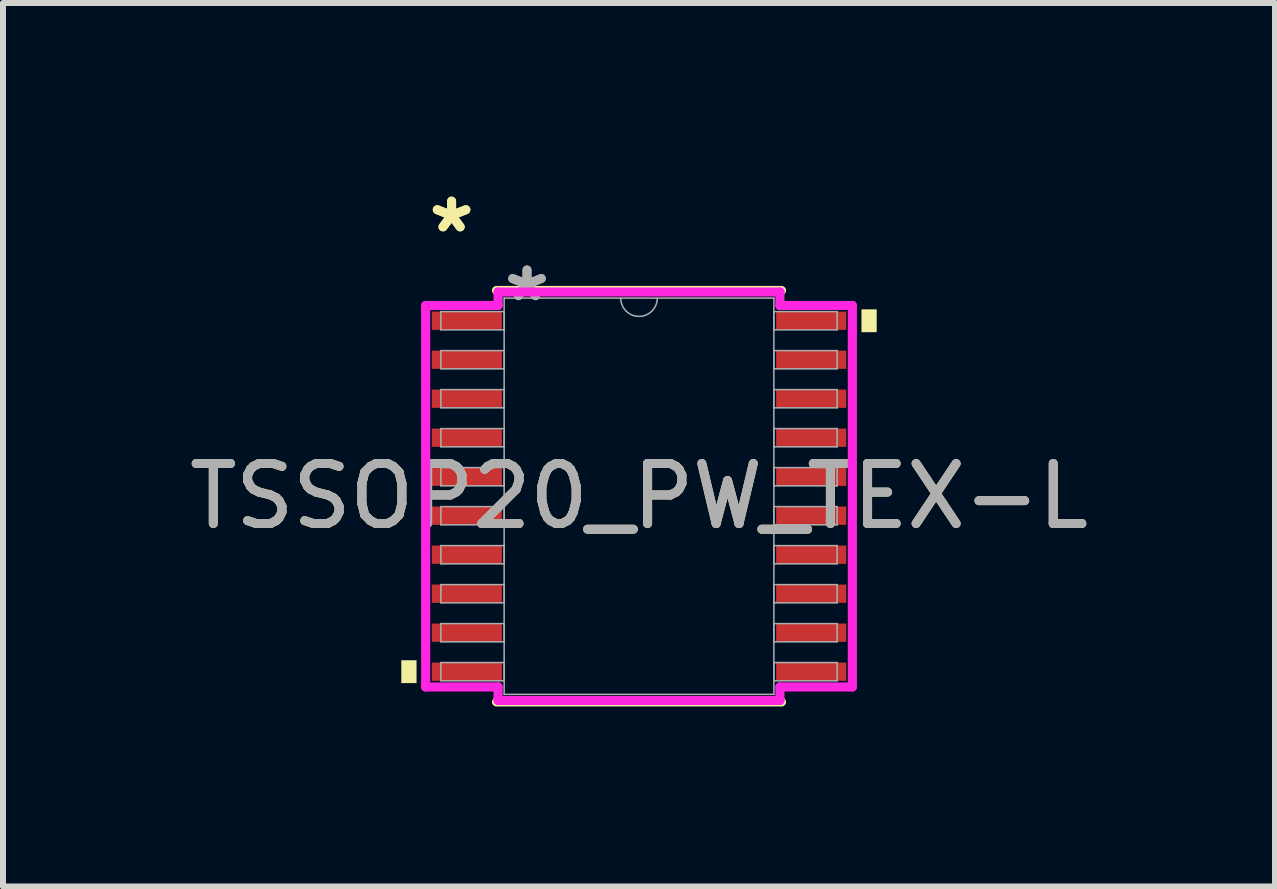
<source format=kicad_pcb>
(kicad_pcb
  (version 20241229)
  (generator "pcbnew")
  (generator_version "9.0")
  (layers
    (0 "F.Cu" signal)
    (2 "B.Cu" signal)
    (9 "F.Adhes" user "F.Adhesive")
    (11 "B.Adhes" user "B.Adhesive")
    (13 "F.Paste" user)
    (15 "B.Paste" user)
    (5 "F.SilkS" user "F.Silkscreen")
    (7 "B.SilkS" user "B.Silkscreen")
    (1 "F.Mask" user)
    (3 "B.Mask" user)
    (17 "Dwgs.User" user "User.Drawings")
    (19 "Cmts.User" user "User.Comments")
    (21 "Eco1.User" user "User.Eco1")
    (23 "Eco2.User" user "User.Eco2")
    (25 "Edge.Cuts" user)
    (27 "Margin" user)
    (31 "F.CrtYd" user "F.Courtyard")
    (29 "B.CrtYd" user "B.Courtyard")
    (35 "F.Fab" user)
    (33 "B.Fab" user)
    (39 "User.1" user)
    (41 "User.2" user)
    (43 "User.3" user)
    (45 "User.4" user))
  (footprint "TSSOP20_PW_TEX-L"
    (layer "F.Cu")
    (at 7.601 5.221)
    (property "Reference" "TSSOP20_PW_TEX-L" (at 0 0 0) (unlocked yes) (layer "F.SilkS") (effects (font (size 1 1) (thickness 0.15))))
    (attr smd)
    (fp_line (start -2.375 3.429) (end 2.375 3.429) (stroke (width 0.152) (type solid)) (layer "F.SilkS"))
    (fp_line (start 2.375 -3.429) (end -2.375 -3.429) (stroke (width 0.152) (type solid)) (layer "F.SilkS"))
    (fp_poly (pts (xy -3.962 2.734) (xy -3.962 3.115) (xy -3.708 3.115) (xy -3.708 2.734)) (stroke (width 0) (type solid)) (fill yes) (layer "F.SilkS"))
    (fp_poly (pts (xy 3.962 -3.115) (xy 3.962 -2.734) (xy 3.708 -2.734) (xy 3.708 -3.115)) (stroke (width 0) (type solid)) (fill yes) (layer "F.SilkS"))
    (fp_line (start -3.556 -3.179) (end -2.349 -3.179) (stroke (width 0.152) (type solid)) (layer "F.CrtYd"))
    (fp_line (start -3.556 3.179) (end -3.556 -3.179) (stroke (width 0.152) (type solid)) (layer "F.CrtYd"))
    (fp_line (start -3.556 3.179) (end -2.349 3.179) (stroke (width 0.152) (type solid)) (layer "F.CrtYd"))
    (fp_line (start -2.349 -3.404) (end 2.349 -3.404) (stroke (width 0.152) (type solid)) (layer "F.CrtYd"))
    (fp_line (start -2.349 -3.179) (end -2.349 -3.404) (stroke (width 0.152) (type solid)) (layer "F.CrtYd"))
    (fp_line (start -2.349 3.404) (end -2.349 3.179) (stroke (width 0.152) (type solid)) (layer "F.CrtYd"))
    (fp_line (start 2.349 -3.404) (end 2.349 -3.179) (stroke (width 0.152) (type solid)) (layer "F.CrtYd"))
    (fp_line (start 2.349 3.179) (end 2.349 3.404) (stroke (width 0.152) (type solid)) (layer "F.CrtYd"))
    (fp_line (start 2.349 3.404) (end -2.349 3.404) (stroke (width 0.152) (type solid)) (layer "F.CrtYd"))
    (fp_line (start 3.556 -3.179) (end 2.349 -3.179) (stroke (width 0.152) (type solid)) (layer "F.CrtYd"))
    (fp_line (start 3.556 -3.179) (end 3.556 3.179) (stroke (width 0.152) (type solid)) (layer "F.CrtYd"))
    (fp_line (start 3.556 3.179) (end 2.349 3.179) (stroke (width 0.152) (type solid)) (layer "F.CrtYd"))
    (fp_line (start -3.302 -3.077) (end -3.302 -2.773) (stroke (width 0.025) (type solid)) (layer "F.Fab"))
    (fp_line (start -3.302 -2.773) (end -2.248 -2.773) (stroke (width 0.025) (type solid)) (layer "F.Fab"))
    (fp_line (start -3.302 -2.427) (end -3.302 -2.123) (stroke (width 0.025) (type solid)) (layer "F.Fab"))
    (fp_line (start -3.302 -2.123) (end -2.248 -2.123) (stroke (width 0.025) (type solid)) (layer "F.Fab"))
    (fp_line (start -3.302 -1.777) (end -3.302 -1.473) (stroke (width 0.025) (type solid)) (layer "F.Fab"))
    (fp_line (start -3.302 -1.473) (end -2.248 -1.473) (stroke (width 0.025) (type solid)) (layer "F.Fab"))
    (fp_line (start -3.302 -1.127) (end -3.302 -0.823) (stroke (width 0.025) (type solid)) (layer "F.Fab"))
    (fp_line (start -3.302 -0.823) (end -2.248 -0.823) (stroke (width 0.025) (type solid)) (layer "F.Fab"))
    (fp_line (start -3.302 -0.477) (end -3.302 -0.173) (stroke (width 0.025) (type solid)) (layer "F.Fab"))
    (fp_line (start -3.302 -0.173) (end -2.248 -0.173) (stroke (width 0.025) (type solid)) (layer "F.Fab"))
    (fp_line (start -3.302 0.173) (end -3.302 0.477) (stroke (width 0.025) (type solid)) (layer "F.Fab"))
    (fp_line (start -3.302 0.477) (end -2.248 0.477) (stroke (width 0.025) (type solid)) (layer "F.Fab"))
    (fp_line (start -3.302 0.823) (end -3.302 1.127) (stroke (width 0.025) (type solid)) (layer "F.Fab"))
    (fp_line (start -3.302 1.127) (end -2.248 1.127) (stroke (width 0.025) (type solid)) (layer "F.Fab"))
    (fp_line (start -3.302 1.473) (end -3.302 1.777) (stroke (width 0.025) (type solid)) (layer "F.Fab"))
    (fp_line (start -3.302 1.777) (end -2.248 1.777) (stroke (width 0.025) (type solid)) (layer "F.Fab"))
    (fp_line (start -3.302 2.123) (end -3.302 2.427) (stroke (width 0.025) (type solid)) (layer "F.Fab"))
    (fp_line (start -3.302 2.427) (end -2.248 2.427) (stroke (width 0.025) (type solid)) (layer "F.Fab"))
    (fp_line (start -3.302 2.773) (end -3.302 3.077) (stroke (width 0.025) (type solid)) (layer "F.Fab"))
    (fp_line (start -3.302 3.077) (end -2.248 3.077) (stroke (width 0.025) (type solid)) (layer "F.Fab"))
    (fp_line (start -2.248 -3.302) (end -2.248 3.302) (stroke (width 0.025) (type solid)) (layer "F.Fab"))
    (fp_line (start -2.248 -3.077) (end -3.302 -3.077) (stroke (width 0.025) (type solid)) (layer "F.Fab"))
    (fp_line (start -2.248 -2.773) (end -2.248 -3.077) (stroke (width 0.025) (type solid)) (layer "F.Fab"))
    (fp_line (start -2.248 -2.427) (end -3.302 -2.427) (stroke (width 0.025) (type solid)) (layer "F.Fab"))
    (fp_line (start -2.248 -2.123) (end -2.248 -2.427) (stroke (width 0.025) (type solid)) (layer "F.Fab"))
    (fp_line (start -2.248 -1.777) (end -3.302 -1.777) (stroke (width 0.025) (type solid)) (layer "F.Fab"))
    (fp_line (start -2.248 -1.473) (end -2.248 -1.777) (stroke (width 0.025) (type solid)) (layer "F.Fab"))
    (fp_line (start -2.248 -1.127) (end -3.302 -1.127) (stroke (width 0.025) (type solid)) (layer "F.Fab"))
    (fp_line (start -2.248 -0.823) (end -2.248 -1.127) (stroke (width 0.025) (type solid)) (layer "F.Fab"))
    (fp_line (start -2.248 -0.477) (end -3.302 -0.477) (stroke (width 0.025) (type solid)) (layer "F.Fab"))
    (fp_line (start -2.248 -0.173) (end -2.248 -0.477) (stroke (width 0.025) (type solid)) (layer "F.Fab"))
    (fp_line (start -2.248 0.173) (end -3.302 0.173) (stroke (width 0.025) (type solid)) (layer "F.Fab"))
    (fp_line (start -2.248 0.477) (end -2.248 0.173) (stroke (width 0.025) (type solid)) (layer "F.Fab"))
    (fp_line (start -2.248 0.823) (end -3.302 0.823) (stroke (width 0.025) (type solid)) (layer "F.Fab"))
    (fp_line (start -2.248 1.127) (end -2.248 0.823) (stroke (width 0.025) (type solid)) (layer "F.Fab"))
    (fp_line (start -2.248 1.473) (end -3.302 1.473) (stroke (width 0.025) (type solid)) (layer "F.Fab"))
    (fp_line (start -2.248 1.777) (end -2.248 1.473) (stroke (width 0.025) (type solid)) (layer "F.Fab"))
    (fp_line (start -2.248 2.123) (end -3.302 2.123) (stroke (width 0.025) (type solid)) (layer "F.Fab"))
    (fp_line (start -2.248 2.427) (end -2.248 2.123) (stroke (width 0.025) (type solid)) (layer "F.Fab"))
    (fp_line (start -2.248 2.773) (end -3.302 2.773) (stroke (width 0.025) (type solid)) (layer "F.Fab"))
    (fp_line (start -2.248 3.077) (end -2.248 2.773) (stroke (width 0.025) (type solid)) (layer "F.Fab"))
    (fp_line (start -2.248 3.302) (end 2.248 3.302) (stroke (width 0.025) (type solid)) (layer "F.Fab"))
    (fp_line (start 2.248 -3.302) (end -2.248 -3.302) (stroke (width 0.025) (type solid)) (layer "F.Fab"))
    (fp_line (start 2.248 -3.077) (end 2.248 -2.773) (stroke (width 0.025) (type solid)) (layer "F.Fab"))
    (fp_line (start 2.248 -2.773) (end 3.302 -2.773) (stroke (width 0.025) (type solid)) (layer "F.Fab"))
    (fp_line (start 2.248 -2.427) (end 2.248 -2.123) (stroke (width 0.025) (type solid)) (layer "F.Fab"))
    (fp_line (start 2.248 -2.123) (end 3.302 -2.123) (stroke (width 0.025) (type solid)) (layer "F.Fab"))
    (fp_line (start 2.248 -1.777) (end 2.248 -1.473) (stroke (width 0.025) (type solid)) (layer "F.Fab"))
    (fp_line (start 2.248 -1.473) (end 3.302 -1.473) (stroke (width 0.025) (type solid)) (layer "F.Fab"))
    (fp_line (start 2.248 -1.127) (end 2.248 -0.823) (stroke (width 0.025) (type solid)) (layer "F.Fab"))
    (fp_line (start 2.248 -0.823) (end 3.302 -0.823) (stroke (width 0.025) (type solid)) (layer "F.Fab"))
    (fp_line (start 2.248 -0.477) (end 2.248 -0.173) (stroke (width 0.025) (type solid)) (layer "F.Fab"))
    (fp_line (start 2.248 -0.173) (end 3.302 -0.173) (stroke (width 0.025) (type solid)) (layer "F.Fab"))
    (fp_line (start 2.248 0.173) (end 2.248 0.477) (stroke (width 0.025) (type solid)) (layer "F.Fab"))
    (fp_line (start 2.248 0.477) (end 3.302 0.477) (stroke (width 0.025) (type solid)) (layer "F.Fab"))
    (fp_line (start 2.248 0.823) (end 2.248 1.127) (stroke (width 0.025) (type solid)) (layer "F.Fab"))
    (fp_line (start 2.248 1.127) (end 3.302 1.127) (stroke (width 0.025) (type solid)) (layer "F.Fab"))
    (fp_line (start 2.248 1.473) (end 2.248 1.777) (stroke (width 0.025) (type solid)) (layer "F.Fab"))
    (fp_line (start 2.248 1.777) (end 3.302 1.777) (stroke (width 0.025) (type solid)) (layer "F.Fab"))
    (fp_line (start 2.248 2.123) (end 2.248 2.427) (stroke (width 0.025) (type solid)) (layer "F.Fab"))
    (fp_line (start 2.248 2.427) (end 3.302 2.427) (stroke (width 0.025) (type solid)) (layer "F.Fab"))
    (fp_line (start 2.248 2.773) (end 2.248 3.077) (stroke (width 0.025) (type solid)) (layer "F.Fab"))
    (fp_line (start 2.248 3.077) (end 3.302 3.077) (stroke (width 0.025) (type solid)) (layer "F.Fab"))
    (fp_line (start 2.248 3.302) (end 2.248 -3.302) (stroke (width 0.025) (type solid)) (layer "F.Fab"))
    (fp_line (start 3.302 -3.077) (end 2.248 -3.077) (stroke (width 0.025) (type solid)) (layer "F.Fab"))
    (fp_line (start 3.302 -2.773) (end 3.302 -3.077) (stroke (width 0.025) (type solid)) (layer "F.Fab"))
    (fp_line (start 3.302 -2.427) (end 2.248 -2.427) (stroke (width 0.025) (type solid)) (layer "F.Fab"))
    (fp_line (start 3.302 -2.123) (end 3.302 -2.427) (stroke (width 0.025) (type solid)) (layer "F.Fab"))
    (fp_line (start 3.302 -1.777) (end 2.248 -1.777) (stroke (width 0.025) (type solid)) (layer "F.Fab"))
    (fp_line (start 3.302 -1.473) (end 3.302 -1.777) (stroke (width 0.025) (type solid)) (layer "F.Fab"))
    (fp_line (start 3.302 -1.127) (end 2.248 -1.127) (stroke (width 0.025) (type solid)) (layer "F.Fab"))
    (fp_line (start 3.302 -0.823) (end 3.302 -1.127) (stroke (width 0.025) (type solid)) (layer "F.Fab"))
    (fp_line (start 3.302 -0.477) (end 2.248 -0.477) (stroke (width 0.025) (type solid)) (layer "F.Fab"))
    (fp_line (start 3.302 -0.173) (end 3.302 -0.477) (stroke (width 0.025) (type solid)) (layer "F.Fab"))
    (fp_line (start 3.302 0.173) (end 2.248 0.173) (stroke (width 0.025) (type solid)) (layer "F.Fab"))
    (fp_line (start 3.302 0.477) (end 3.302 0.173) (stroke (width 0.025) (type solid)) (layer "F.Fab"))
    (fp_line (start 3.302 0.823) (end 2.248 0.823) (stroke (width 0.025) (type solid)) (layer "F.Fab"))
    (fp_line (start 3.302 1.127) (end 3.302 0.823) (stroke (width 0.025) (type solid)) (layer "F.Fab"))
    (fp_line (start 3.302 1.473) (end 2.248 1.473) (stroke (width 0.025) (type solid)) (layer "F.Fab"))
    (fp_line (start 3.302 1.777) (end 3.302 1.473) (stroke (width 0.025) (type solid)) (layer "F.Fab"))
    (fp_line (start 3.302 2.123) (end 2.248 2.123) (stroke (width 0.025) (type solid)) (layer "F.Fab"))
    (fp_line (start 3.302 2.427) (end 3.302 2.123) (stroke (width 0.025) (type solid)) (layer "F.Fab"))
    (fp_line (start 3.302 2.773) (end 2.248 2.773) (stroke (width 0.025) (type solid)) (layer "F.Fab"))
    (fp_line (start 3.302 3.077) (end 3.302 2.773) (stroke (width 0.025) (type solid)) (layer "F.Fab"))
    (fp_arc (start 0.3048 -3.302) (mid 0 -2.9972) (end -0.3048 -3.302) (stroke (width 0.0254) (type solid)) (layer "F.Fab"))
    (fp_text user "*" (at -3.124 -4.373 0) (layer "F.SilkS") (effects (font (size 1 1) (thickness 0.15))))
    (fp_text user "*" (at -3.124 -4.373 0) (unlocked yes) (layer "F.SilkS") (effects (font (size 1 1) (thickness 0.15))))
    (fp_text user "*" (at -1.867 -3.226 0) (unlocked yes) (layer "F.Fab") (effects (font (size 1 1) (thickness 0.15))))
    (fp_text user "${REFERENCE}" (at 0 0 0) (unlocked yes) (layer "F.Fab") (effects (font (size 1 1) (thickness 0.15))))
    (fp_text user "*" (at -1.867 -3.226 0) (layer "F.Fab") (effects (font (size 1 1) (thickness 0.15))))
    (pad "1" smd rect (at -2.87 -2.925) (size 1.168 0.305) (layers "F.Cu" "F.Mask" "F.Paste"))
    (pad "2" smd rect (at -2.87 -2.275) (size 1.168 0.305) (layers "F.Cu" "F.Mask" "F.Paste"))
    (pad "3" smd rect (at -2.87 -1.625) (size 1.168 0.305) (layers "F.Cu" "F.Mask" "F.Paste"))
    (pad "4" smd rect (at -2.87 -0.975) (size 1.168 0.305) (layers "F.Cu" "F.Mask" "F.Paste"))
    (pad "5" smd rect (at -2.87 -0.325) (size 1.168 0.305) (layers "F.Cu" "F.Mask" "F.Paste"))
    (pad "6" smd rect (at -2.87 0.325) (size 1.168 0.305) (layers "F.Cu" "F.Mask" "F.Paste"))
    (pad "7" smd rect (at -2.87 0.975) (size 1.168 0.305) (layers "F.Cu" "F.Mask" "F.Paste"))
    (pad "8" smd rect (at -2.87 1.625) (size 1.168 0.305) (layers "F.Cu" "F.Mask" "F.Paste"))
    (pad "9" smd rect (at -2.87 2.275) (size 1.168 0.305) (layers "F.Cu" "F.Mask" "F.Paste"))
    (pad "10" smd rect (at -2.87 2.925) (size 1.168 0.305) (layers "F.Cu" "F.Mask" "F.Paste"))
    (pad "11" smd rect (at 2.87 2.925) (size 1.168 0.305) (layers "F.Cu" "F.Mask" "F.Paste"))
    (pad "12" smd rect (at 2.87 2.275) (size 1.168 0.305) (layers "F.Cu" "F.Mask" "F.Paste"))
    (pad "13" smd rect (at 2.87 1.625) (size 1.168 0.305) (layers "F.Cu" "F.Mask" "F.Paste"))
    (pad "14" smd rect (at 2.87 0.975) (size 1.168 0.305) (layers "F.Cu" "F.Mask" "F.Paste"))
    (pad "15" smd rect (at 2.87 0.325) (size 1.168 0.305) (layers "F.Cu" "F.Mask" "F.Paste"))
    (pad "16" smd rect (at 2.87 -0.325) (size 1.168 0.305) (layers "F.Cu" "F.Mask" "F.Paste"))
    (pad "17" smd rect (at 2.87 -0.975) (size 1.168 0.305) (layers "F.Cu" "F.Mask" "F.Paste"))
    (pad "18" smd rect (at 2.87 -1.625) (size 1.168 0.305) (layers "F.Cu" "F.Mask" "F.Paste"))
    (pad "19" smd rect (at 2.87 -2.275) (size 1.168 0.305) (layers "F.Cu" "F.Mask" "F.Paste"))
    (pad "20" smd rect (at 2.87 -2.925) (size 1.168 0.305) (layers "F.Cu" "F.Mask" "F.Paste")))
  (gr_rect
    (start -3 -3)
    (end 18.202 11.726)
    (stroke (width 0.1) (type default))
    (fill no)
    (layer "Edge.Cuts")))
</source>
